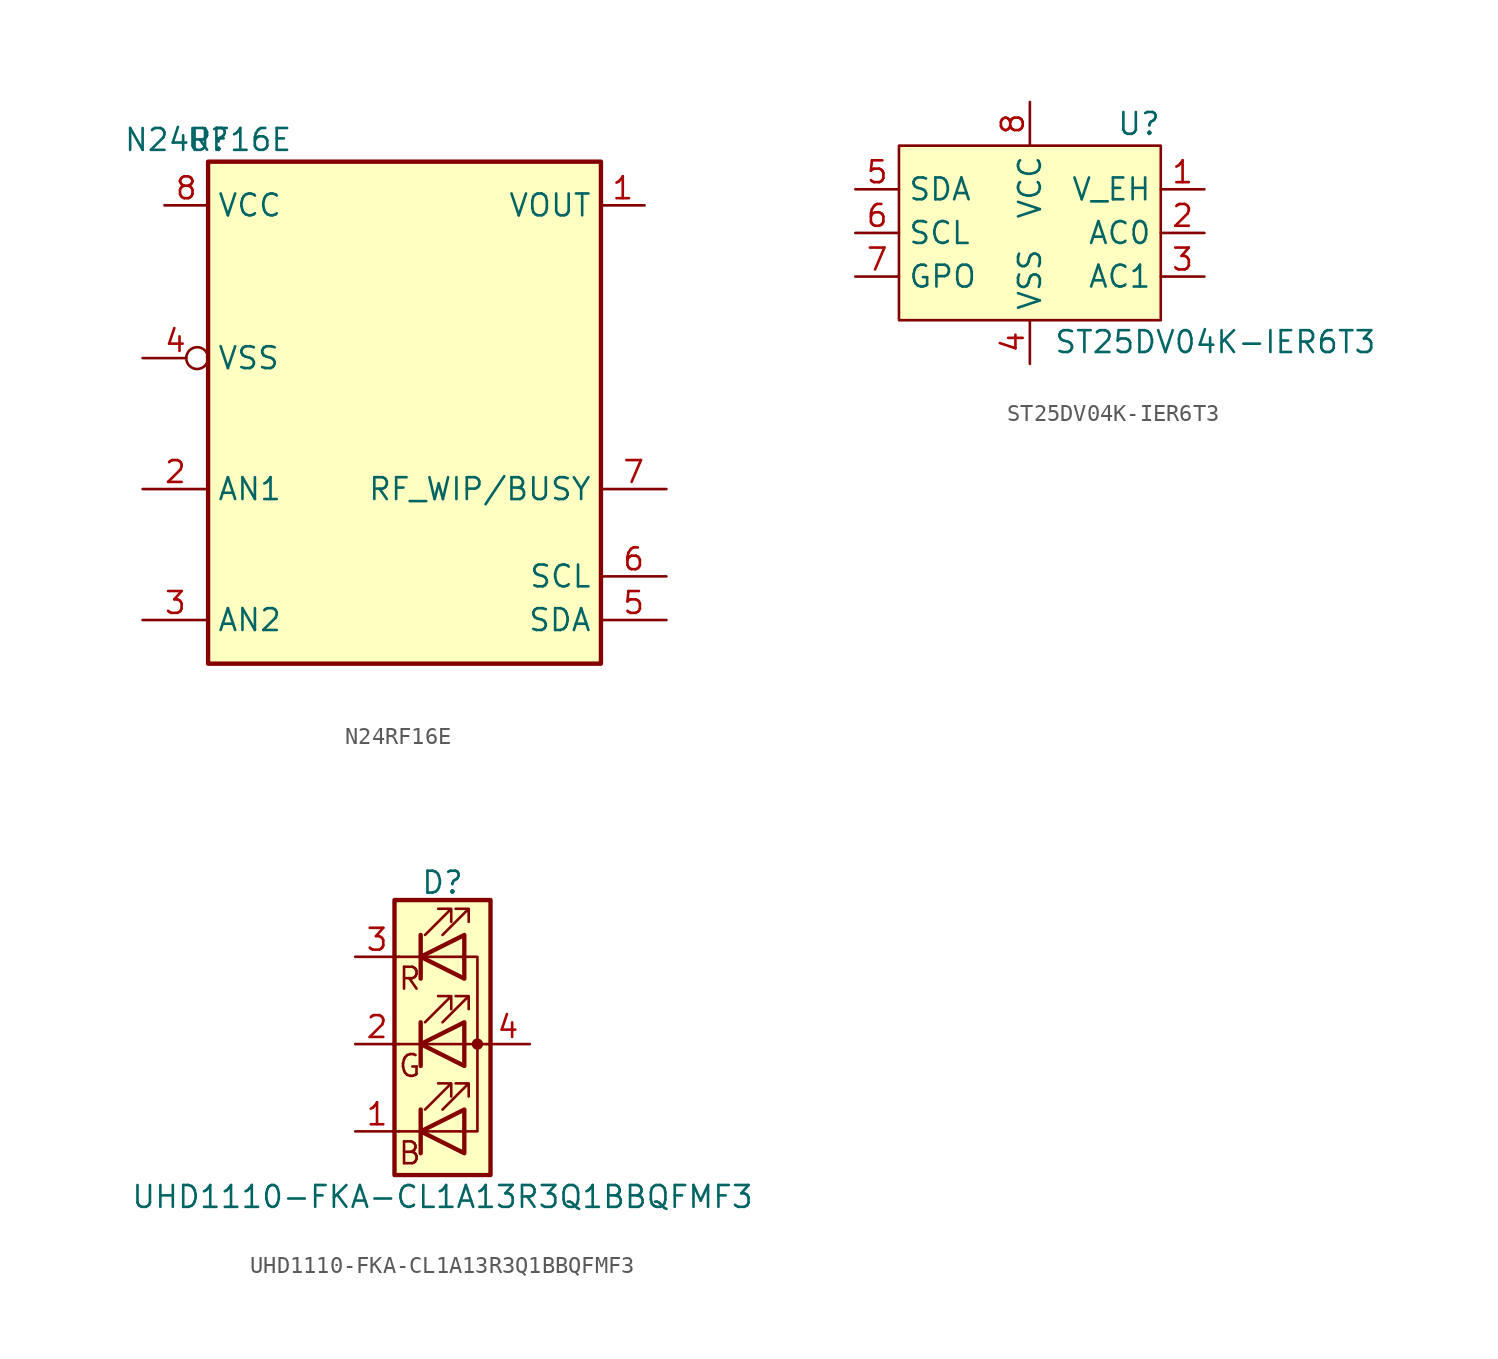
<source format=kicad_sym>
(kicad_symbol_lib
  (version 20231120)
  (generator "kicad_symbol_editor")
  (generator_version "8.0")
  (symbol "N24RF16E"
    (property "Reference" "U"
      (at 0 0 0)
      (effects (font (size 1.27 1.27))))
    (property "Value" "N24RF16E"
      (at 0 0 0)
      (effects (font (size 1.27 1.27))))
    (symbol "N24RF16E_0_0"
      (pin power_in line (at -2.54 -3.81 0) (length 2.54) (name "VCC" (effects (font (size 1.27 1.27)))) (number "8" (effects (font (size 1.27 1.27))))))
    (symbol "N24RF16E_0_1"
      (rectangle (start 0 -1.27) (end 22.86 -30.48) (stroke (width 0.254) (type default)) (fill (type background))))
    (symbol "N24RF16E_1_0"
      (pin power_out line (at 25.4 -3.81 180) (length 2.54) (name "VOUT" (effects (font (size 1.27 1.27)))) (number "1" (effects (font (size 1.27 1.27))))))
    (symbol "N24RF16E_1_1"
      (pin passive line (at -3.81 -20.32 0) (length 3.81) (name "AN1" (effects (font (size 1.27 1.27)))) (number "2" (effects (font (size 1.27 1.27)))))
      (pin passive line (at -3.81 -27.94 0) (length 3.81) (name "AN2" (effects (font (size 1.27 1.27)))) (number "3" (effects (font (size 1.27 1.27)))))
      (pin power_in inverted (at -3.81 -12.7 0) (length 3.81) (name "VSS" (effects (font (size 1.27 1.27)))) (number "4" (effects (font (size 1.27 1.27)))))
      (pin bidirectional line (at 26.67 -27.94 180) (length 3.81) (name "SDA" (effects (font (size 1.27 1.27)))) (number "5" (effects (font (size 1.27 1.27)))))
      (pin bidirectional line (at 26.67 -25.4 180) (length 3.81) (name "SCL" (effects (font (size 1.27 1.27)))) (number "6" (effects (font (size 1.27 1.27)))))
      (pin output line (at 26.67 -20.32 180) (length 3.81) (name "RF_WIP/BUSY" (effects (font (size 1.27 1.27)))) (number "7" (effects (font (size 1.27 1.27)))))))
  (symbol "ST25DV04K-IER6T3"
    (property "Reference" "U"
      (at 6.35 6.35 0)
      (effects (font (size 1.27 1.27))))
    (property "Value" "ST25DV04K-IER6T3"
      (at 10.795 -6.35 0)
      (effects (font (size 1.27 1.27))))
    (symbol "ST25DV04K-IER6T3_1_1"
      (rectangle (start -7.62 5.08) (end 7.62 -5.08) (stroke (width 0) (type default)) (fill (type background)))
      (pin power_out line (at 10.16 2.54 180) (length 2.54) (name "V_EH" (effects (font (size 1.27 1.27)))) (number "1" (effects (font (size 1.27 1.27)))))
      (pin passive line (at 10.16 0 180) (length 2.54) (name "AC0" (effects (font (size 1.27 1.27)))) (number "2" (effects (font (size 1.27 1.27)))))
      (pin passive line (at 10.16 -2.54 180) (length 2.54) (name "AC1" (effects (font (size 1.27 1.27)))) (number "3" (effects (font (size 1.27 1.27)))))
      (pin power_in line (at 0 -7.62 90) (length 2.54) (name "VSS" (effects (font (size 1.27 1.27)))) (number "4" (effects (font (size 1.27 1.27)))))
      (pin bidirectional line (at -10.16 2.54 0) (length 2.54) (name "SDA" (effects (font (size 1.27 1.27)))) (number "5" (effects (font (size 1.27 1.27)))))
      (pin input line (at -10.16 0 0) (length 2.54) (name "SCL" (effects (font (size 1.27 1.27)))) (number "6" (effects (font (size 1.27 1.27)))))
      (pin open_collector line (at -10.16 -2.54 0) (length 2.54) (name "GPO" (effects (font (size 1.27 1.27)))) (number "7" (effects (font (size 1.27 1.27)))))
      (pin power_in line (at 0 7.62 270) (length 2.54) (name "VCC" (effects (font (size 1.27 1.27)))) (number "8" (effects (font (size 1.27 1.27)))))
      (pin no_connect line (at 2.54 5.08 270) (length 2.54) hide (name "NC" (effects (font (size 1.27 1.27)))) (number "9" (effects (font (size 1.27 1.27)))))))
  (symbol "UHD1110-FKA-CL1A13R3Q1BBQFMF3"
    (pin_names
      (offset 0) hide)
    (property "Reference" "D"
      (at 0 9.398 0)
      (effects (font (size 1.27 1.27))))
    (property "Value" "UHD1110-FKA-CL1A13R3Q1BBQFMF3"
      (at 0 -8.89 0)
      (effects (font (size 1.27 1.27))))
    (symbol "UHD1110-FKA-CL1A13R3Q1BBQFMF3_0_0"
      (text "B" (at -1.905 -6.35 0) (effects (font (size 1.27 1.27))))
      (text "G" (at -1.905 -1.27 0) (effects (font (size 1.27 1.27))))
      (text "R" (at -1.905 3.81 0) (effects (font (size 1.27 1.27)))))
    (symbol "UHD1110-FKA-CL1A13R3Q1BBQFMF3_0_1"
      (polyline (pts (xy -1.27 -5.08) (xy -2.54 -5.08)) (stroke (width 0) (type default)) (fill (type none)))
      (polyline (pts (xy -1.27 -5.08) (xy 1.27 -5.08)) (stroke (width 0) (type default)) (fill (type none)))
      (polyline (pts (xy -1.27 -3.81) (xy -1.27 -6.35)) (stroke (width 0.254) (type default)) (fill (type none)))
      (polyline (pts (xy -1.27 0) (xy -2.54 0)) (stroke (width 0) (type default)) (fill (type none)))
      (polyline (pts (xy -1.27 1.27) (xy -1.27 -1.27)) (stroke (width 0.254) (type default)) (fill (type none)))
      (polyline (pts (xy -1.27 5.08) (xy -2.54 5.08)) (stroke (width 0) (type default)) (fill (type none)))
      (polyline (pts (xy -1.27 5.08) (xy 1.27 5.08)) (stroke (width 0) (type default)) (fill (type none)))
      (polyline (pts (xy -1.27 6.35) (xy -1.27 3.81)) (stroke (width 0.254) (type default)) (fill (type none)))
      (polyline (pts (xy 1.27 0) (xy -1.27 0)) (stroke (width 0) (type default)) (fill (type none)))
      (polyline (pts (xy 1.27 0) (xy 2.54 0)) (stroke (width 0) (type default)) (fill (type none)))
      (polyline (pts (xy -1.27 1.27) (xy -1.27 -1.27) (xy -1.27 -1.27)) (stroke (width 0) (type default)) (fill (type none)))
      (polyline (pts (xy -1.27 6.35) (xy -1.27 3.81) (xy -1.27 3.81)) (stroke (width 0) (type default)) (fill (type none)))
      (polyline (pts (xy 1.27 -5.08) (xy 2.032 -5.08) (xy 2.032 5.08) (xy 1.27 5.08)) (stroke (width 0) (type default)) (fill (type none)))
      (polyline (pts (xy 1.27 -3.81) (xy 1.27 -6.35) (xy -1.27 -5.08) (xy 1.27 -3.81)) (stroke (width 0.254) (type default)) (fill (type none)))
      (polyline (pts (xy 1.27 1.27) (xy 1.27 -1.27) (xy -1.27 0) (xy 1.27 1.27)) (stroke (width 0.254) (type default)) (fill (type none)))
      (polyline (pts (xy 1.27 6.35) (xy 1.27 3.81) (xy -1.27 5.08) (xy 1.27 6.35)) (stroke (width 0.254) (type default)) (fill (type none)))
      (polyline (pts (xy -1.016 -3.81) (xy 0.508 -2.286) (xy -0.254 -2.286) (xy 0.508 -2.286) (xy 0.508 -3.048)) (stroke (width 0) (type default)) (fill (type none)))
      (polyline (pts (xy -1.016 1.27) (xy 0.508 2.794) (xy -0.254 2.794) (xy 0.508 2.794) (xy 0.508 2.032)) (stroke (width 0) (type default)) (fill (type none)))
      (polyline (pts (xy -1.016 6.35) (xy 0.508 7.874) (xy -0.254 7.874) (xy 0.508 7.874) (xy 0.508 7.112)) (stroke (width 0) (type default)) (fill (type none)))
      (polyline (pts (xy 0 -3.81) (xy 1.524 -2.286) (xy 0.762 -2.286) (xy 1.524 -2.286) (xy 1.524 -3.048)) (stroke (width 0) (type default)) (fill (type none)))
      (polyline (pts (xy 0 1.27) (xy 1.524 2.794) (xy 0.762 2.794) (xy 1.524 2.794) (xy 1.524 2.032)) (stroke (width 0) (type default)) (fill (type none)))
      (polyline (pts (xy 0 6.35) (xy 1.524 7.874) (xy 0.762 7.874) (xy 1.524 7.874) (xy 1.524 7.112)) (stroke (width 0) (type default)) (fill (type none)))
      (rectangle (start 1.27 -1.27) (end 1.27 1.27) (stroke (width 0) (type default)) (fill (type none)))
      (rectangle (start 1.27 1.27) (end 1.27 1.27) (stroke (width 0) (type default)) (fill (type none)))
      (rectangle (start 1.27 3.81) (end 1.27 6.35) (stroke (width 0) (type default)) (fill (type none)))
      (rectangle (start 1.27 6.35) (end 1.27 6.35) (stroke (width 0) (type default)) (fill (type none)))
      (circle (center 2.032 0) (radius 0.254) (stroke (width 0) (type default)) (fill (type outline)))
      (rectangle (start 2.794 8.382) (end -2.794 -7.62) (stroke (width 0.254) (type default)) (fill (type background))))
    (symbol "UHD1110-FKA-CL1A13R3Q1BBQFMF3_1_1"
      (pin passive line (at -5.08 -5.08 0) (length 2.54) (name "BK" (effects (font (size 1.27 1.27)))) (number "1" (effects (font (size 1.27 1.27)))))
      (pin passive line (at -5.08 0 0) (length 2.54) (name "GK" (effects (font (size 1.27 1.27)))) (number "2" (effects (font (size 1.27 1.27)))))
      (pin passive line (at -5.08 5.08 0) (length 2.54) (name "RK" (effects (font (size 1.27 1.27)))) (number "3" (effects (font (size 1.27 1.27)))))
      (pin passive line (at 5.08 0 180) (length 2.54) (name "A" (effects (font (size 1.27 1.27)))) (number "4" (effects (font (size 1.27 1.27))))))))
</source>
